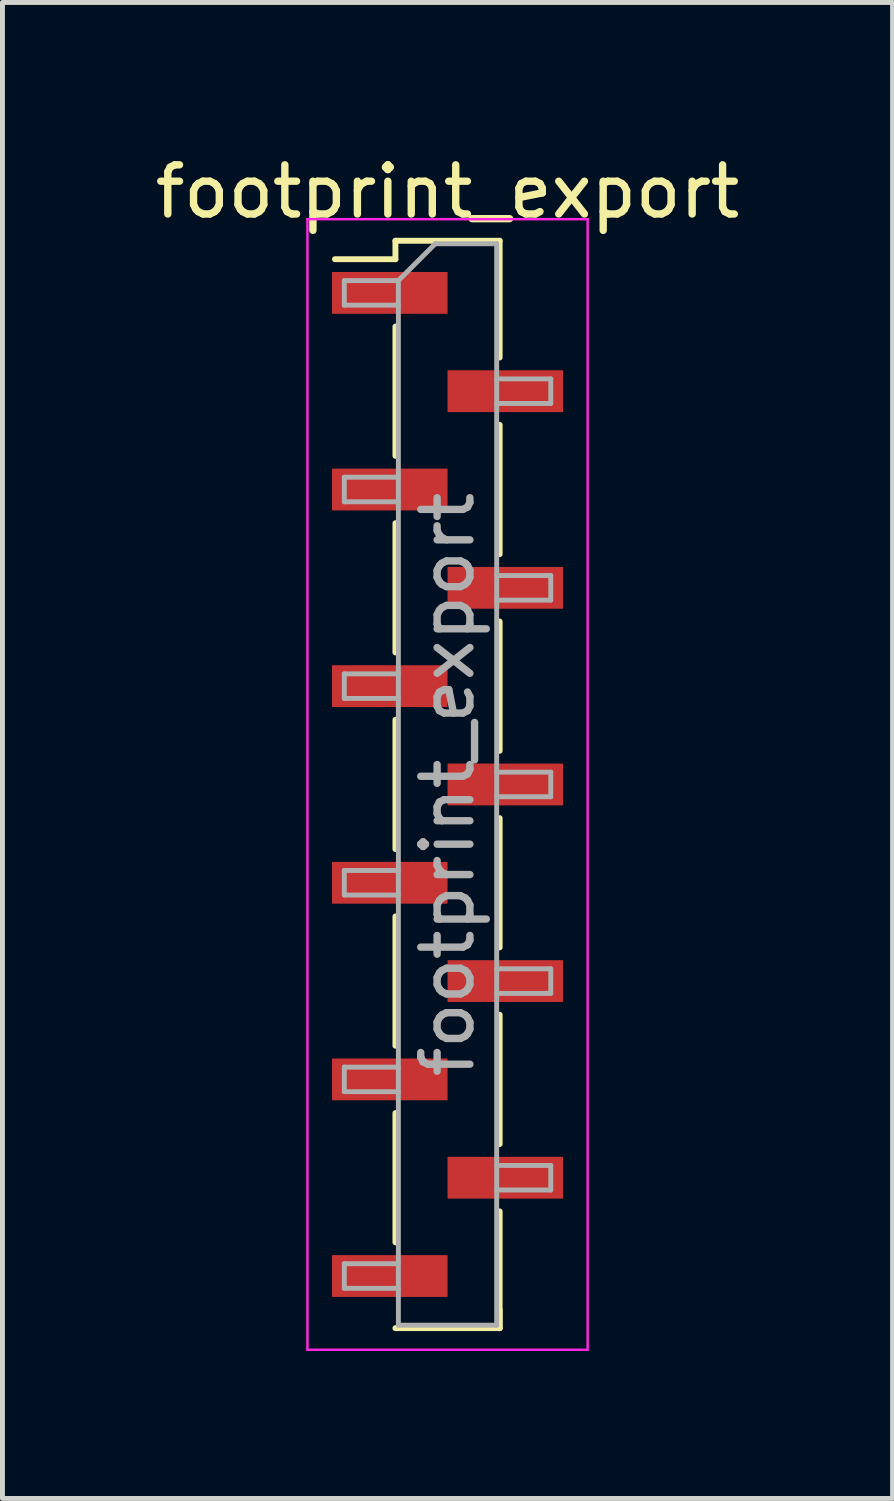
<source format=kicad_pcb>
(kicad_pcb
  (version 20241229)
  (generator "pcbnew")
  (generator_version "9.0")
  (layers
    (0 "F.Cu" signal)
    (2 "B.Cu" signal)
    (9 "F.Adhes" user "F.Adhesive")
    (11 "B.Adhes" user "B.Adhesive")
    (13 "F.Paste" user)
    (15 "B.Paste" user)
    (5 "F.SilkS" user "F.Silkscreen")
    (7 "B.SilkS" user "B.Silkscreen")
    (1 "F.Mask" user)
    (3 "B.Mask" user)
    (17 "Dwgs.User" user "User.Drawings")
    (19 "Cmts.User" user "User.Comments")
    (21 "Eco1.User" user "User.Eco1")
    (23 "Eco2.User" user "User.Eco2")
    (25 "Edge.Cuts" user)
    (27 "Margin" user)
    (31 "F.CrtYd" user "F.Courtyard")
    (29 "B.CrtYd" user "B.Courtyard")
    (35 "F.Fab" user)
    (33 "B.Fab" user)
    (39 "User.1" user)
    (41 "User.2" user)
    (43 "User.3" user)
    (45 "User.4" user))
  (footprint "footprint_export"
    (layer "F.Cu")
    (at 6.054 12.908)
    (property "Reference" "footprint_export" (at 0 -12.06 0) (layer "F.SilkS") (effects (font (size 1 1) (thickness 0.15))))
    (attr smd)
    (fp_line (start -1.06 -11.06) (end -1.06 -10.685) (stroke (width 0.12) (type solid)) (layer "F.SilkS"))
    (fp_line (start -1.06 -11.06) (end 1.06 -11.06) (stroke (width 0.12) (type solid)) (layer "F.SilkS"))
    (fp_line (start -1.06 -10.685) (end -2.29 -10.685) (stroke (width 0.12) (type solid)) (layer "F.SilkS"))
    (fp_line (start -1.06 -9.315) (end -1.06 -6.685) (stroke (width 0.12) (type solid)) (layer "F.SilkS"))
    (fp_line (start -1.06 -5.315) (end -1.06 -2.685) (stroke (width 0.12) (type solid)) (layer "F.SilkS"))
    (fp_line (start -1.06 -1.315) (end -1.06 1.315) (stroke (width 0.12) (type solid)) (layer "F.SilkS"))
    (fp_line (start -1.06 2.685) (end -1.06 5.315) (stroke (width 0.12) (type solid)) (layer "F.SilkS"))
    (fp_line (start -1.06 6.685) (end -1.06 9.315) (stroke (width 0.12) (type solid)) (layer "F.SilkS"))
    (fp_line (start -1.06 11.06) (end 1.06 11.06) (stroke (width 0.12) (type solid)) (layer "F.SilkS"))
    (fp_line (start 1.06 -11.06) (end 1.06 -8.685) (stroke (width 0.12) (type solid)) (layer "F.SilkS"))
    (fp_line (start 1.06 -7.315) (end 1.06 -4.685) (stroke (width 0.12) (type solid)) (layer "F.SilkS"))
    (fp_line (start 1.06 -3.315) (end 1.06 -0.685) (stroke (width 0.12) (type solid)) (layer "F.SilkS"))
    (fp_line (start 1.06 0.685) (end 1.06 3.315) (stroke (width 0.12) (type solid)) (layer "F.SilkS"))
    (fp_line (start 1.06 4.685) (end 1.06 7.315) (stroke (width 0.12) (type solid)) (layer "F.SilkS"))
    (fp_line (start 1.06 8.685) (end 1.06 11.06) (stroke (width 0.12) (type solid)) (layer "F.SilkS"))
    (fp_line (start 1.06 10.685) (end 1.06 11.06) (stroke (width 0.12) (type solid)) (layer "F.SilkS"))
    (fp_line (start -2.85 -11.5) (end -2.85 11.5) (stroke (width 0.05) (type solid)) (layer "F.CrtYd"))
    (fp_line (start -2.85 11.5) (end 2.85 11.5) (stroke (width 0.05) (type solid)) (layer "F.CrtYd"))
    (fp_line (start 2.85 -11.5) (end -2.85 -11.5) (stroke (width 0.05) (type solid)) (layer "F.CrtYd"))
    (fp_line (start 2.85 11.5) (end 2.85 -11.5) (stroke (width 0.05) (type solid)) (layer "F.CrtYd"))
    (fp_line (start -2.1 -10.25) (end -2.1 -9.75) (stroke (width 0.1) (type solid)) (layer "F.Fab"))
    (fp_line (start -2.1 -9.75) (end -1 -9.75) (stroke (width 0.1) (type solid)) (layer "F.Fab"))
    (fp_line (start -2.1 -6.25) (end -2.1 -5.75) (stroke (width 0.1) (type solid)) (layer "F.Fab"))
    (fp_line (start -2.1 -5.75) (end -1 -5.75) (stroke (width 0.1) (type solid)) (layer "F.Fab"))
    (fp_line (start -2.1 -2.25) (end -2.1 -1.75) (stroke (width 0.1) (type solid)) (layer "F.Fab"))
    (fp_line (start -2.1 -1.75) (end -1 -1.75) (stroke (width 0.1) (type solid)) (layer "F.Fab"))
    (fp_line (start -2.1 1.75) (end -2.1 2.25) (stroke (width 0.1) (type solid)) (layer "F.Fab"))
    (fp_line (start -2.1 2.25) (end -1 2.25) (stroke (width 0.1) (type solid)) (layer "F.Fab"))
    (fp_line (start -2.1 5.75) (end -2.1 6.25) (stroke (width 0.1) (type solid)) (layer "F.Fab"))
    (fp_line (start -2.1 6.25) (end -1 6.25) (stroke (width 0.1) (type solid)) (layer "F.Fab"))
    (fp_line (start -2.1 9.75) (end -2.1 10.25) (stroke (width 0.1) (type solid)) (layer "F.Fab"))
    (fp_line (start -2.1 10.25) (end -1 10.25) (stroke (width 0.1) (type solid)) (layer "F.Fab"))
    (fp_line (start -1 -10.25) (end -2.1 -10.25) (stroke (width 0.1) (type solid)) (layer "F.Fab"))
    (fp_line (start -1 -10.25) (end -0.25 -11) (stroke (width 0.1) (type solid)) (layer "F.Fab"))
    (fp_line (start -1 -6.25) (end -2.1 -6.25) (stroke (width 0.1) (type solid)) (layer "F.Fab"))
    (fp_line (start -1 -2.25) (end -2.1 -2.25) (stroke (width 0.1) (type solid)) (layer "F.Fab"))
    (fp_line (start -1 1.75) (end -2.1 1.75) (stroke (width 0.1) (type solid)) (layer "F.Fab"))
    (fp_line (start -1 5.75) (end -2.1 5.75) (stroke (width 0.1) (type solid)) (layer "F.Fab"))
    (fp_line (start -1 9.75) (end -2.1 9.75) (stroke (width 0.1) (type solid)) (layer "F.Fab"))
    (fp_line (start -1 11) (end -1 -10.25) (stroke (width 0.1) (type solid)) (layer "F.Fab"))
    (fp_line (start -0.25 -11) (end 1 -11) (stroke (width 0.1) (type solid)) (layer "F.Fab"))
    (fp_line (start 1 -11) (end 1 11) (stroke (width 0.1) (type solid)) (layer "F.Fab"))
    (fp_line (start 1 -8.25) (end 2.1 -8.25) (stroke (width 0.1) (type solid)) (layer "F.Fab"))
    (fp_line (start 1 -4.25) (end 2.1 -4.25) (stroke (width 0.1) (type solid)) (layer "F.Fab"))
    (fp_line (start 1 -0.25) (end 2.1 -0.25) (stroke (width 0.1) (type solid)) (layer "F.Fab"))
    (fp_line (start 1 3.75) (end 2.1 3.75) (stroke (width 0.1) (type solid)) (layer "F.Fab"))
    (fp_line (start 1 7.75) (end 2.1 7.75) (stroke (width 0.1) (type solid)) (layer "F.Fab"))
    (fp_line (start 1 11) (end -1 11) (stroke (width 0.1) (type solid)) (layer "F.Fab"))
    (fp_line (start 2.1 -8.25) (end 2.1 -7.75) (stroke (width 0.1) (type solid)) (layer "F.Fab"))
    (fp_line (start 2.1 -7.75) (end 1 -7.75) (stroke (width 0.1) (type solid)) (layer "F.Fab"))
    (fp_line (start 2.1 -4.25) (end 2.1 -3.75) (stroke (width 0.1) (type solid)) (layer "F.Fab"))
    (fp_line (start 2.1 -3.75) (end 1 -3.75) (stroke (width 0.1) (type solid)) (layer "F.Fab"))
    (fp_line (start 2.1 -0.25) (end 2.1 0.25) (stroke (width 0.1) (type solid)) (layer "F.Fab"))
    (fp_line (start 2.1 0.25) (end 1 0.25) (stroke (width 0.1) (type solid)) (layer "F.Fab"))
    (fp_line (start 2.1 3.75) (end 2.1 4.25) (stroke (width 0.1) (type solid)) (layer "F.Fab"))
    (fp_line (start 2.1 4.25) (end 1 4.25) (stroke (width 0.1) (type solid)) (layer "F.Fab"))
    (fp_line (start 2.1 7.75) (end 2.1 8.25) (stroke (width 0.1) (type solid)) (layer "F.Fab"))
    (fp_line (start 2.1 8.25) (end 1 8.25) (stroke (width 0.1) (type solid)) (layer "F.Fab"))
    (fp_text user "${REFERENCE}" (at 0 0 90) (layer "F.Fab") (effects (font (size 1 1) (thickness 0.15))))
    (pad "1" smd rect (at -1.175 -10) (size 2.35 0.85) (layers "F.Cu" "F.Mask" "F.Paste"))
    (pad "2" smd rect (at 1.175 -8) (size 2.35 0.85) (layers "F.Cu" "F.Mask" "F.Paste"))
    (pad "3" smd rect (at -1.175 -6) (size 2.35 0.85) (layers "F.Cu" "F.Mask" "F.Paste"))
    (pad "4" smd rect (at 1.175 -4) (size 2.35 0.85) (layers "F.Cu" "F.Mask" "F.Paste"))
    (pad "5" smd rect (at -1.175 -2) (size 2.35 0.85) (layers "F.Cu" "F.Mask" "F.Paste"))
    (pad "6" smd rect (at 1.175 0) (size 2.35 0.85) (layers "F.Cu" "F.Mask" "F.Paste"))
    (pad "7" smd rect (at -1.175 2) (size 2.35 0.85) (layers "F.Cu" "F.Mask" "F.Paste"))
    (pad "8" smd rect (at 1.175 4) (size 2.35 0.85) (layers "F.Cu" "F.Mask" "F.Paste"))
    (pad "9" smd rect (at -1.175 6) (size 2.35 0.85) (layers "F.Cu" "F.Mask" "F.Paste"))
    (pad "10" smd rect (at 1.175 8) (size 2.35 0.85) (layers "F.Cu" "F.Mask" "F.Paste"))
    (pad "11" smd rect (at -1.175 10) (size 2.35 0.85) (layers "F.Cu" "F.Mask" "F.Paste")))
  (gr_rect
    (start -3 -3)
    (end 15.107 27.433)
    (stroke (width 0.1) (type default))
    (fill no)
    (layer "Edge.Cuts")))
</source>
